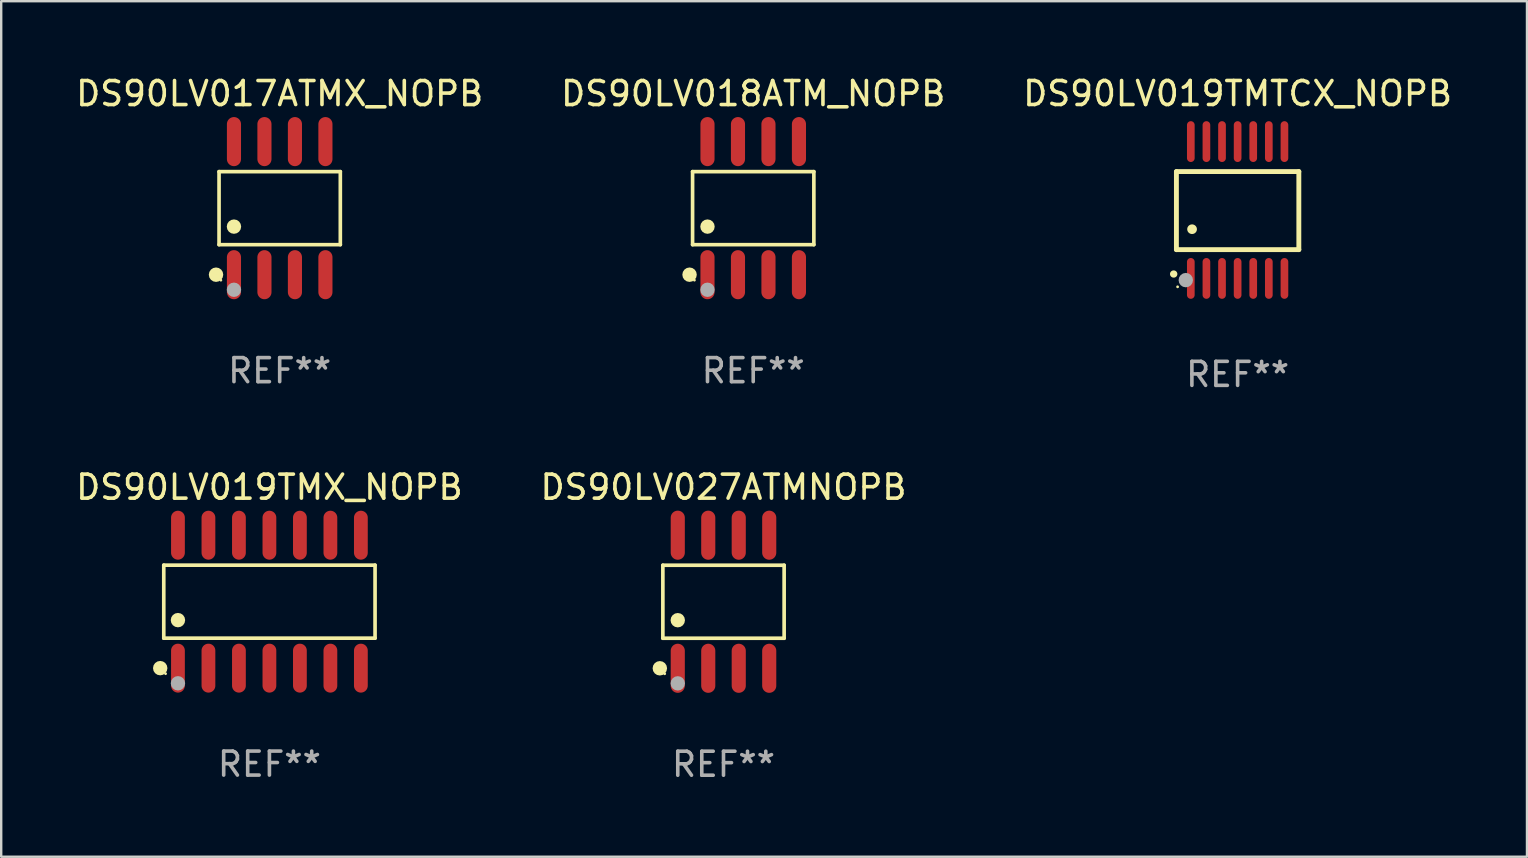
<source format=kicad_pcb>
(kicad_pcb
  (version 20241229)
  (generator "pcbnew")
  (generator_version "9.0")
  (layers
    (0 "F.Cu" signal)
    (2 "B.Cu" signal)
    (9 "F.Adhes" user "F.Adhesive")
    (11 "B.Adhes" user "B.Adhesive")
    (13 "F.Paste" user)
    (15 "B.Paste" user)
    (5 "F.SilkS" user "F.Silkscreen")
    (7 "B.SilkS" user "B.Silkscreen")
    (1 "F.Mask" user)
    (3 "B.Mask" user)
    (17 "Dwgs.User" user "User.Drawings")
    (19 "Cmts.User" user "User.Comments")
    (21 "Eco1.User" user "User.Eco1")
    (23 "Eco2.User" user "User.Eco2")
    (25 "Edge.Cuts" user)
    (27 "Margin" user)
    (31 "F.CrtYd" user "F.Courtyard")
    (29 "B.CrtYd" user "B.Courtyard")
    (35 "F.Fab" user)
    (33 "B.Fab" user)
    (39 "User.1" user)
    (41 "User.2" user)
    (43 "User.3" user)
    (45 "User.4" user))
  (footprint "DS90LV027ATMNOPB"
    (layer "F.Cu")
    (at 27.089 22.017)
    (property "Reference" "DS90LV027ATMNOPB" (at 0 -4.772 0) (layer "F.SilkS") (effects (font (size 1 1) (thickness 0.15))))
    (attr through_hole)
    (fp_line (start -2.526 -1.521) (end 2.526 -1.521) (stroke (width 0.152) (type solid)) (layer "F.SilkS"))
    (fp_line (start -2.526 1.521) (end -2.526 -1.521) (stroke (width 0.152) (type solid)) (layer "F.SilkS"))
    (fp_line (start 2.526 -1.521) (end 2.526 1.521) (stroke (width 0.152) (type solid)) (layer "F.SilkS"))
    (fp_line (start 2.526 1.521) (end -2.526 1.521) (stroke (width 0.152) (type solid)) (layer "F.SilkS"))
    (fp_circle (center -2.652 2.772) (end -2.501 2.772) (stroke (width 0.3) (type solid)) (fill no) (layer "F.SilkS"))
    (fp_circle (center -2.45 3) (end -2.42 3) (stroke (width 0.06) (type solid)) (fill no) (layer "F.SilkS"))
    (fp_circle (center -1.905 0.769) (end -1.755 0.769) (stroke (width 0.3) (type solid)) (fill no) (layer "F.SilkS"))
    (fp_circle (center -1.905 3.4) (end -1.755 3.4) (stroke (width 0.3) (type solid)) (fill no) (layer "F.Fab"))
    (fp_text user "REF**" (at 0 6.772 0) (layer "F.Fab") (effects (font (size 1 1) (thickness 0.15))))
    (pad "1" smd oval (at -1.905 2.772) (size 0.588 2.045) (layers "F.Cu" "F.Mask" "F.Paste"))
    (pad "2" smd oval (at -0.635 2.772) (size 0.588 2.045) (layers "F.Cu" "F.Mask" "F.Paste"))
    (pad "3" smd oval (at 0.635 2.772) (size 0.588 2.045) (layers "F.Cu" "F.Mask" "F.Paste"))
    (pad "4" smd oval (at 1.905 2.772) (size 0.588 2.045) (layers "F.Cu" "F.Mask" "F.Paste"))
    (pad "5" smd oval (at 1.905 -2.772) (size 0.588 2.045) (layers "F.Cu" "F.Mask" "F.Paste"))
    (pad "6" smd oval (at 0.635 -2.772) (size 0.588 2.045) (layers "F.Cu" "F.Mask" "F.Paste"))
    (pad "7" smd oval (at -0.635 -2.772) (size 0.588 2.045) (layers "F.Cu" "F.Mask" "F.Paste"))
    (pad "8" smd oval (at -1.905 -2.772) (size 0.588 2.045) (layers "F.Cu" "F.Mask" "F.Paste")))
  (footprint "DS90LV019TMTCX_NOPB"
    (layer "F.Cu")
    (at 48.506 5.698)
    (property "Reference" "DS90LV019TMTCX_NOPB" (at 0 -4.85 0) (layer "F.SilkS") (effects (font (size 1 1) (thickness 0.15))))
    (attr through_hole)
    (fp_line (start -2.55 -1.6) (end 2.55 -1.6) (stroke (width 0.203) (type solid)) (layer "F.SilkS"))
    (fp_line (start -2.55 1.651) (end -2.55 -1.6) (stroke (width 0.203) (type solid)) (layer "F.SilkS"))
    (fp_line (start 2.55 -1.6) (end 2.55 1.651) (stroke (width 0.203) (type solid)) (layer "F.SilkS"))
    (fp_line (start 2.55 1.651) (end -2.55 1.651) (stroke (width 0.203) (type solid)) (layer "F.SilkS"))
    (fp_arc (start -2.667005 2.667005) (mid -2.663677 2.667046) (end -2.66035 2.667157) (stroke (width 0.3) (type solid)) (layer "F.SilkS"))
    (fp_arc (start -1.9 0.8) (mid -1.897803 0.800014) (end -1.895606 0.800051) (stroke (width 0.4) (type solid)) (layer "F.SilkS"))
    (fp_circle (center -2.5 3.2) (end -2.47 3.2) (stroke (width 0.06) (type solid)) (fill no) (layer "F.SilkS"))
    (fp_circle (center -2.159 2.921) (end -2.009 2.921) (stroke (width 0.3) (type solid)) (fill no) (layer "F.Fab"))
    (fp_text user "REF**" (at 0 6.85 0) (layer "F.Fab") (effects (font (size 1 1) (thickness 0.15))))
    (pad "1" smd oval (at -1.95 2.85 180) (size 0.32 1.7) (layers "F.Cu" "F.Mask" "F.Paste"))
    (pad "2" smd oval (at -1.3 2.85 180) (size 0.32 1.7) (layers "F.Cu" "F.Mask" "F.Paste"))
    (pad "3" smd oval (at -0.65 2.85 180) (size 0.32 1.7) (layers "F.Cu" "F.Mask" "F.Paste"))
    (pad "4" smd oval (at 0 2.85 180) (size 0.32 1.7) (layers "F.Cu" "F.Mask" "F.Paste"))
    (pad "5" smd oval (at 0.65 2.85 180) (size 0.32 1.7) (layers "F.Cu" "F.Mask" "F.Paste"))
    (pad "6" smd oval (at 1.3 2.85 180) (size 0.32 1.7) (layers "F.Cu" "F.Mask" "F.Paste"))
    (pad "7" smd oval (at 1.95 2.85 180) (size 0.32 1.7) (layers "F.Cu" "F.Mask" "F.Paste"))
    (pad "8" smd oval (at 1.95 -2.85 180) (size 0.32 1.7) (layers "F.Cu" "F.Mask" "F.Paste"))
    (pad "9" smd oval (at 1.3 -2.85 180) (size 0.32 1.7) (layers "F.Cu" "F.Mask" "F.Paste"))
    (pad "10" smd oval (at 0.65 -2.85 180) (size 0.32 1.7) (layers "F.Cu" "F.Mask" "F.Paste"))
    (pad "11" smd oval (at 0 -2.85 180) (size 0.32 1.7) (layers "F.Cu" "F.Mask" "F.Paste"))
    (pad "12" smd oval (at -0.65 -2.85 180) (size 0.32 1.7) (layers "F.Cu" "F.Mask" "F.Paste"))
    (pad "13" smd oval (at -1.3 -2.85 180) (size 0.32 1.7) (layers "F.Cu" "F.Mask" "F.Paste"))
    (pad "14" smd oval (at -1.95 -2.85 180) (size 0.32 1.7) (layers "F.Cu" "F.Mask" "F.Paste")))
  (footprint "DS90LV019TMX_NOPB"
    (layer "F.Cu")
    (at 8.173 22.014)
    (property "Reference" "DS90LV019TMX_NOPB" (at 0 -4.769 0) (layer "F.SilkS") (effects (font (size 1 1) (thickness 0.15))))
    (attr through_hole)
    (fp_line (start -4.401 -1.521) (end 4.401 -1.521) (stroke (width 0.152) (type solid)) (layer "F.SilkS"))
    (fp_line (start -4.401 1.521) (end -4.401 -1.521) (stroke (width 0.152) (type solid)) (layer "F.SilkS"))
    (fp_line (start 4.401 -1.521) (end 4.401 1.521) (stroke (width 0.152) (type solid)) (layer "F.SilkS"))
    (fp_line (start 4.401 1.521) (end -4.401 1.521) (stroke (width 0.152) (type solid)) (layer "F.SilkS"))
    (fp_circle (center -4.549 2.769) (end -4.399 2.769) (stroke (width 0.3) (type solid)) (fill no) (layer "F.SilkS"))
    (fp_circle (center -4.325 3) (end -4.295 3) (stroke (width 0.06) (type solid)) (fill no) (layer "F.SilkS"))
    (fp_circle (center -3.81 0.769) (end -3.66 0.769) (stroke (width 0.3) (type solid)) (fill no) (layer "F.SilkS"))
    (fp_circle (center -3.81 3.4) (end -3.66 3.4) (stroke (width 0.3) (type solid)) (fill no) (layer "F.Fab"))
    (fp_text user "REF**" (at 0 6.769 0) (layer "F.Fab") (effects (font (size 1 1) (thickness 0.15))))
    (pad "1" smd oval (at -3.81 2.769) (size 0.574 2.038) (layers "F.Cu" "F.Mask" "F.Paste"))
    (pad "2" smd oval (at -2.54 2.769) (size 0.574 2.038) (layers "F.Cu" "F.Mask" "F.Paste"))
    (pad "3" smd oval (at -1.27 2.769) (size 0.574 2.038) (layers "F.Cu" "F.Mask" "F.Paste"))
    (pad "4" smd oval (at 0 2.769) (size 0.574 2.038) (layers "F.Cu" "F.Mask" "F.Paste"))
    (pad "5" smd oval (at 1.27 2.769) (size 0.574 2.038) (layers "F.Cu" "F.Mask" "F.Paste"))
    (pad "6" smd oval (at 2.54 2.769) (size 0.574 2.038) (layers "F.Cu" "F.Mask" "F.Paste"))
    (pad "7" smd oval (at 3.81 2.769) (size 0.574 2.038) (layers "F.Cu" "F.Mask" "F.Paste"))
    (pad "8" smd oval (at 3.81 -2.769) (size 0.574 2.038) (layers "F.Cu" "F.Mask" "F.Paste"))
    (pad "9" smd oval (at 2.54 -2.769) (size 0.574 2.038) (layers "F.Cu" "F.Mask" "F.Paste"))
    (pad "10" smd oval (at 1.27 -2.769) (size 0.574 2.038) (layers "F.Cu" "F.Mask" "F.Paste"))
    (pad "11" smd oval (at 0 -2.769) (size 0.574 2.038) (layers "F.Cu" "F.Mask" "F.Paste"))
    (pad "12" smd oval (at -1.27 -2.769) (size 0.574 2.038) (layers "F.Cu" "F.Mask" "F.Paste"))
    (pad "13" smd oval (at -2.54 -2.769) (size 0.574 2.038) (layers "F.Cu" "F.Mask" "F.Paste"))
    (pad "14" smd oval (at -3.81 -2.769) (size 0.574 2.038) (layers "F.Cu" "F.Mask" "F.Paste")))
  (footprint "DS90LV017ATMX_NOPB"
    (layer "F.Cu")
    (at 8.601 5.621)
    (property "Reference" "DS90LV017ATMX_NOPB" (at 0 -4.772 0) (layer "F.SilkS") (effects (font (size 1 1) (thickness 0.15))))
    (attr through_hole)
    (fp_line (start -2.526 -1.521) (end 2.526 -1.521) (stroke (width 0.152) (type solid)) (layer "F.SilkS"))
    (fp_line (start -2.526 1.521) (end -2.526 -1.521) (stroke (width 0.152) (type solid)) (layer "F.SilkS"))
    (fp_line (start 2.526 -1.521) (end 2.526 1.521) (stroke (width 0.152) (type solid)) (layer "F.SilkS"))
    (fp_line (start 2.526 1.521) (end -2.526 1.521) (stroke (width 0.152) (type solid)) (layer "F.SilkS"))
    (fp_circle (center -2.652 2.772) (end -2.501 2.772) (stroke (width 0.3) (type solid)) (fill no) (layer "F.SilkS"))
    (fp_circle (center -2.45 3) (end -2.42 3) (stroke (width 0.06) (type solid)) (fill no) (layer "F.SilkS"))
    (fp_circle (center -1.905 0.769) (end -1.755 0.769) (stroke (width 0.3) (type solid)) (fill no) (layer "F.SilkS"))
    (fp_circle (center -1.905 3.4) (end -1.755 3.4) (stroke (width 0.3) (type solid)) (fill no) (layer "F.Fab"))
    (fp_text user "REF**" (at 0 6.772 0) (layer "F.Fab") (effects (font (size 1 1) (thickness 0.15))))
    (pad "1" smd oval (at -1.905 2.772) (size 0.588 2.045) (layers "F.Cu" "F.Mask" "F.Paste"))
    (pad "2" smd oval (at -0.635 2.772) (size 0.588 2.045) (layers "F.Cu" "F.Mask" "F.Paste"))
    (pad "3" smd oval (at 0.635 2.772) (size 0.588 2.045) (layers "F.Cu" "F.Mask" "F.Paste"))
    (pad "4" smd oval (at 1.905 2.772) (size 0.588 2.045) (layers "F.Cu" "F.Mask" "F.Paste"))
    (pad "5" smd oval (at 1.905 -2.772) (size 0.588 2.045) (layers "F.Cu" "F.Mask" "F.Paste"))
    (pad "6" smd oval (at 0.635 -2.772) (size 0.588 2.045) (layers "F.Cu" "F.Mask" "F.Paste"))
    (pad "7" smd oval (at -0.635 -2.772) (size 0.588 2.045) (layers "F.Cu" "F.Mask" "F.Paste"))
    (pad "8" smd oval (at -1.905 -2.772) (size 0.588 2.045) (layers "F.Cu" "F.Mask" "F.Paste")))
  (footprint "DS90LV018ATM_NOPB"
    (layer "F.Cu")
    (at 28.327 5.621)
    (property "Reference" "DS90LV018ATM_NOPB" (at 0 -4.772 0) (layer "F.SilkS") (effects (font (size 1 1) (thickness 0.15))))
    (attr through_hole)
    (fp_line (start -2.526 -1.521) (end 2.526 -1.521) (stroke (width 0.152) (type solid)) (layer "F.SilkS"))
    (fp_line (start -2.526 1.521) (end -2.526 -1.521) (stroke (width 0.152) (type solid)) (layer "F.SilkS"))
    (fp_line (start 2.526 -1.521) (end 2.526 1.521) (stroke (width 0.152) (type solid)) (layer "F.SilkS"))
    (fp_line (start 2.526 1.521) (end -2.526 1.521) (stroke (width 0.152) (type solid)) (layer "F.SilkS"))
    (fp_circle (center -2.652 2.772) (end -2.501 2.772) (stroke (width 0.3) (type solid)) (fill no) (layer "F.SilkS"))
    (fp_circle (center -2.45 3) (end -2.42 3) (stroke (width 0.06) (type solid)) (fill no) (layer "F.SilkS"))
    (fp_circle (center -1.905 0.769) (end -1.755 0.769) (stroke (width 0.3) (type solid)) (fill no) (layer "F.SilkS"))
    (fp_circle (center -1.905 3.4) (end -1.755 3.4) (stroke (width 0.3) (type solid)) (fill no) (layer "F.Fab"))
    (fp_text user "REF**" (at 0 6.772 0) (layer "F.Fab") (effects (font (size 1 1) (thickness 0.15))))
    (pad "1" smd oval (at -1.905 2.772) (size 0.588 2.045) (layers "F.Cu" "F.Mask" "F.Paste"))
    (pad "2" smd oval (at -0.635 2.772) (size 0.588 2.045) (layers "F.Cu" "F.Mask" "F.Paste"))
    (pad "3" smd oval (at 0.635 2.772) (size 0.588 2.045) (layers "F.Cu" "F.Mask" "F.Paste"))
    (pad "4" smd oval (at 1.905 2.772) (size 0.588 2.045) (layers "F.Cu" "F.Mask" "F.Paste"))
    (pad "5" smd oval (at 1.905 -2.772) (size 0.588 2.045) (layers "F.Cu" "F.Mask" "F.Paste"))
    (pad "6" smd oval (at 0.635 -2.772) (size 0.588 2.045) (layers "F.Cu" "F.Mask" "F.Paste"))
    (pad "7" smd oval (at -0.635 -2.772) (size 0.588 2.045) (layers "F.Cu" "F.Mask" "F.Paste"))
    (pad "8" smd oval (at -1.905 -2.772) (size 0.588 2.045) (layers "F.Cu" "F.Mask" "F.Paste")))
  (gr_rect
    (start -3 -3)
    (end 60.56 32.638)
    (stroke (width 0.1) (type default))
    (fill no)
    (layer "Edge.Cuts")))
</source>
